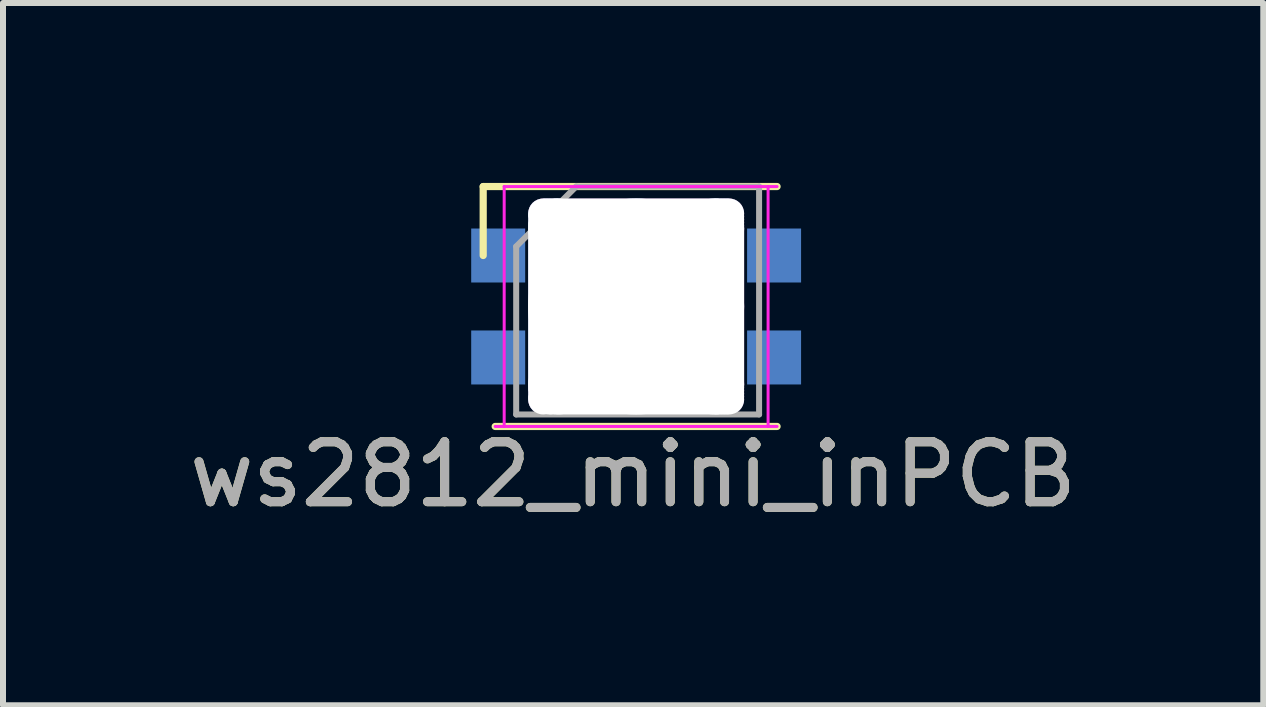
<source format=kicad_pcb>
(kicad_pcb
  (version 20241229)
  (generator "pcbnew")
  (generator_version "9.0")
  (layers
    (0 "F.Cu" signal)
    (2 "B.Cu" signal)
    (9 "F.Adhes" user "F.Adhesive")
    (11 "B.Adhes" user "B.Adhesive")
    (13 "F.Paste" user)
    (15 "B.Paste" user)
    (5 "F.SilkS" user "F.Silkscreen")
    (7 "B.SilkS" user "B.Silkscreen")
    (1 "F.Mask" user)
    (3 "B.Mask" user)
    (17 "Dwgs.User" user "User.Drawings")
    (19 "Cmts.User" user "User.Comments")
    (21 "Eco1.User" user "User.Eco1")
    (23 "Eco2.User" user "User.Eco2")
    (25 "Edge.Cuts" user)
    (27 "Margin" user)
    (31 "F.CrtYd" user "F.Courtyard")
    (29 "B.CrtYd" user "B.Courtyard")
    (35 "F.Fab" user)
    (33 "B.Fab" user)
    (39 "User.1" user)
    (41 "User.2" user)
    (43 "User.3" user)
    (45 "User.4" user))
  (footprint "ws2812_mini_inPCB"
    (layer "F.Cu")
    (at 7.506 2.81)
    (property "Reference" "ws2812_mini_inPCB" (at 0 2.05 0) (layer "F.SilkS") (effects (font (size 1 1) (thickness 0.15))))
    (attr through_hole)
    (fp_line (start -2.5 -2.75) (end 2.4 -2.75) (stroke (width 0.12) (type solid)) (layer "F.SilkS"))
    (fp_line (start -2.5 -1.6) (end -2.5 -2.75) (stroke (width 0.12) (type solid)) (layer "F.SilkS"))
    (fp_line (start -2.3 1.25) (end 2.4 1.25) (stroke (width 0.12) (type solid)) (layer "F.SilkS"))
    (fp_line (start -2.3 1.25) (end 2.4 1.25) (stroke (width 0.05) (type solid)) (layer "F.CrtYd"))
    (fp_line (start -2.15 -2.75) (end -2.15 1.25) (stroke (width 0.05) (type solid)) (layer "F.CrtYd"))
    (fp_line (start 2.25 1.25) (end 2.25 -2.75) (stroke (width 0.05) (type solid)) (layer "F.CrtYd"))
    (fp_line (start 2.4 -2.75) (end -2.15 -2.75) (stroke (width 0.05) (type solid)) (layer "F.CrtYd"))
    (fp_line (start -1.95 -1.75) (end -0.95 -2.75) (stroke (width 0.1) (type solid)) (layer "F.Fab"))
    (fp_line (start -1.95 1.05) (end -1.95 -1.75) (stroke (width 0.1) (type solid)) (layer "F.Fab"))
    (fp_line (start -0.95 -2.75) (end 2.1 -2.75) (stroke (width 0.1) (type solid)) (layer "F.Fab"))
    (fp_line (start 2.1 -2.75) (end 2.1 1.05) (stroke (width 0.1) (type solid)) (layer "F.Fab"))
    (fp_line (start 2.1 1.05) (end -1.95 1.05) (stroke (width 0.1) (type solid)) (layer "F.Fab"))
    (fp_text user "${REFERENCE}" (at 0 2.05 0) (layer "F.Fab") (effects (font (size 1 1) (thickness 0.15))))
    (pad "1" smd rect (at -2.25 -1.6) (size 0.9 0.9) (layers "B.Cu" "B.Mask" "B.Paste"))
    (pad "2" smd rect (at -2.25 0.1) (size 0.9 0.9) (layers "B.Cu" "B.Mask" "B.Paste"))
    (pad "3" smd rect (at 2.35 0.1) (size 0.9 0.9) (layers "B.Cu" "B.Mask" "B.Paste"))
    (pad "4" smd rect (at 2.35 -1.6) (size 0.9 0.9) (layers "B.Cu" "B.Mask" "B.Paste"))
    (pad "7" thru_hole circle (at -1.5 -2.3) (size 0.5 0.5) (drill 0.5) (layers "*.Cu" "*.Mask"))
    (pad "7" thru_hole circle (at -1.5 -2.25) (size 0.5 0.5) (drill 0.5) (layers "*.Cu" "*.Mask"))
    (pad "7" thru_hole circle (at -1.5 -2.15) (size 0.5 0.5) (drill 0.5) (layers "*.Cu" "*.Mask"))
    (pad "7" thru_hole circle (at -1.5 0.65) (size 0.5 0.5) (drill 0.5) (layers "*.Cu" "*.Mask"))
    (pad "7" thru_hole circle (at -1.5 0.75) (size 0.5 0.5) (drill 0.5) (layers "*.Cu" "*.Mask"))
    (pad "7" thru_hole circle (at -1.5 0.8) (size 0.5 0.5) (drill 0.5) (layers "*.Cu" "*.Mask"))
    (pad "7" thru_hole circle (at -1.45 -2.3) (size 0.5 0.5) (drill 0.5) (layers "*.Cu" "*.Mask"))
    (pad "7" thru_hole circle (at -1.4 -2.3) (size 0.5 0.5) (drill 0.5) (layers "*.Cu" "*.Mask"))
    (pad "7" thru_hole circle (at -1.4 0.8) (size 0.5 0.5) (drill 0.5) (layers "*.Cu" "*.Mask"))
    (pad "7" thru_hole circle (at -1.35 -2.3) (size 0.5 0.5) (drill 0.5) (layers "*.Cu" "*.Mask"))
    (pad "7" thru_hole circle (at -1.35 0.8) (size 0.5 0.5) (drill 0.5) (layers "*.Cu" "*.Mask"))
    (pad "7" thru_hole circle (at -1.3 -2.3) (size 0.5 0.5) (drill 0.5) (layers "*.Cu" "*.Mask"))
    (pad "7" thru_hole oval (at -1.25 -0.75 90) (size 3.6 1) (drill oval 3.6 1) (layers "*.Cu" "*.Mask"))
    (pad "7" thru_hole oval (at 0.05 -2.05) (size 3.6 1) (drill oval 3.6 1) (layers "*.Cu" "*.Mask"))
    (pad "7" thru_hole circle (at 0.05 -0.75) (size 3.6 3.6) (drill 3.6) (layers "*.Cu" "*.Mask"))
    (pad "7" thru_hole oval (at 0.05 0.55) (size 3.6 1) (drill oval 3.6 1) (layers "*.Cu" "*.Mask"))
    (pad "7" thru_hole oval (at 1.35 -0.75 90) (size 3.6 1) (drill oval 3.6 1) (layers "*.Cu" "*.Mask"))
    (pad "7" thru_hole circle (at 1.4 -2.3) (size 0.5 0.5) (drill 0.5) (layers "*.Cu" "*.Mask"))
    (pad "7" thru_hole circle (at 1.4 0.8) (size 0.5 0.5) (drill 0.5) (layers "*.Cu" "*.Mask"))
    (pad "7" thru_hole circle (at 1.45 -2.3) (size 0.5 0.5) (drill 0.5) (layers "*.Cu" "*.Mask"))
    (pad "7" thru_hole circle (at 1.45 0.8) (size 0.5 0.5) (drill 0.5) (layers "*.Cu" "*.Mask"))
    (pad "7" thru_hole circle (at 1.5 -2.3) (size 0.5 0.5) (drill 0.5) (layers "*.Cu" "*.Mask"))
    (pad "7" thru_hole circle (at 1.5 0.8) (size 0.5 0.5) (drill 0.5) (layers "*.Cu" "*.Mask"))
    (pad "7" thru_hole circle (at 1.55 -2.3) (size 0.5 0.5) (drill 0.5) (layers "*.Cu" "*.Mask"))
    (pad "7" thru_hole circle (at 1.55 0.8) (size 0.5 0.5) (drill 0.5) (layers "*.Cu" "*.Mask"))
    (pad "7" thru_hole circle (at 1.6 -2.3) (size 0.5 0.5) (drill 0.5) (layers "*.Cu" "*.Mask"))
    (pad "7" thru_hole circle (at 1.6 -2.25) (size 0.5 0.5) (drill 0.5) (layers "*.Cu" "*.Mask"))
    (pad "7" thru_hole circle (at 1.6 -2.2) (size 0.5 0.5) (drill 0.5) (layers "*.Cu" "*.Mask"))
    (pad "7" thru_hole circle (at 1.6 -2.15) (size 0.5 0.5) (drill 0.5) (layers "*.Cu" "*.Mask"))
    (pad "7" thru_hole circle (at 1.6 -2.1) (size 0.5 0.5) (drill 0.5) (layers "*.Cu" "*.Mask"))
    (pad "7" thru_hole circle (at 1.6 0.6) (size 0.5 0.5) (drill 0.5) (layers "*.Cu" "*.Mask"))
    (pad "7" thru_hole circle (at 1.6 0.65) (size 0.5 0.5) (drill 0.5) (layers "*.Cu" "*.Mask"))
    (pad "7" thru_hole circle (at 1.6 0.7) (size 0.5 0.5) (drill 0.5) (layers "*.Cu" "*.Mask"))
    (pad "7" thru_hole circle (at 1.6 0.75) (size 0.5 0.5) (drill 0.5) (layers "*.Cu" "*.Mask"))
    (pad "7" thru_hole circle (at 1.6 0.8) (size 0.5 0.5) (drill 0.5) (layers "*.Cu" "*.Mask")))
  (gr_rect
    (start -3 -3)
    (end 18.012 8.708)
    (stroke (width 0.1) (type default))
    (fill no)
    (layer "Edge.Cuts")))
</source>
